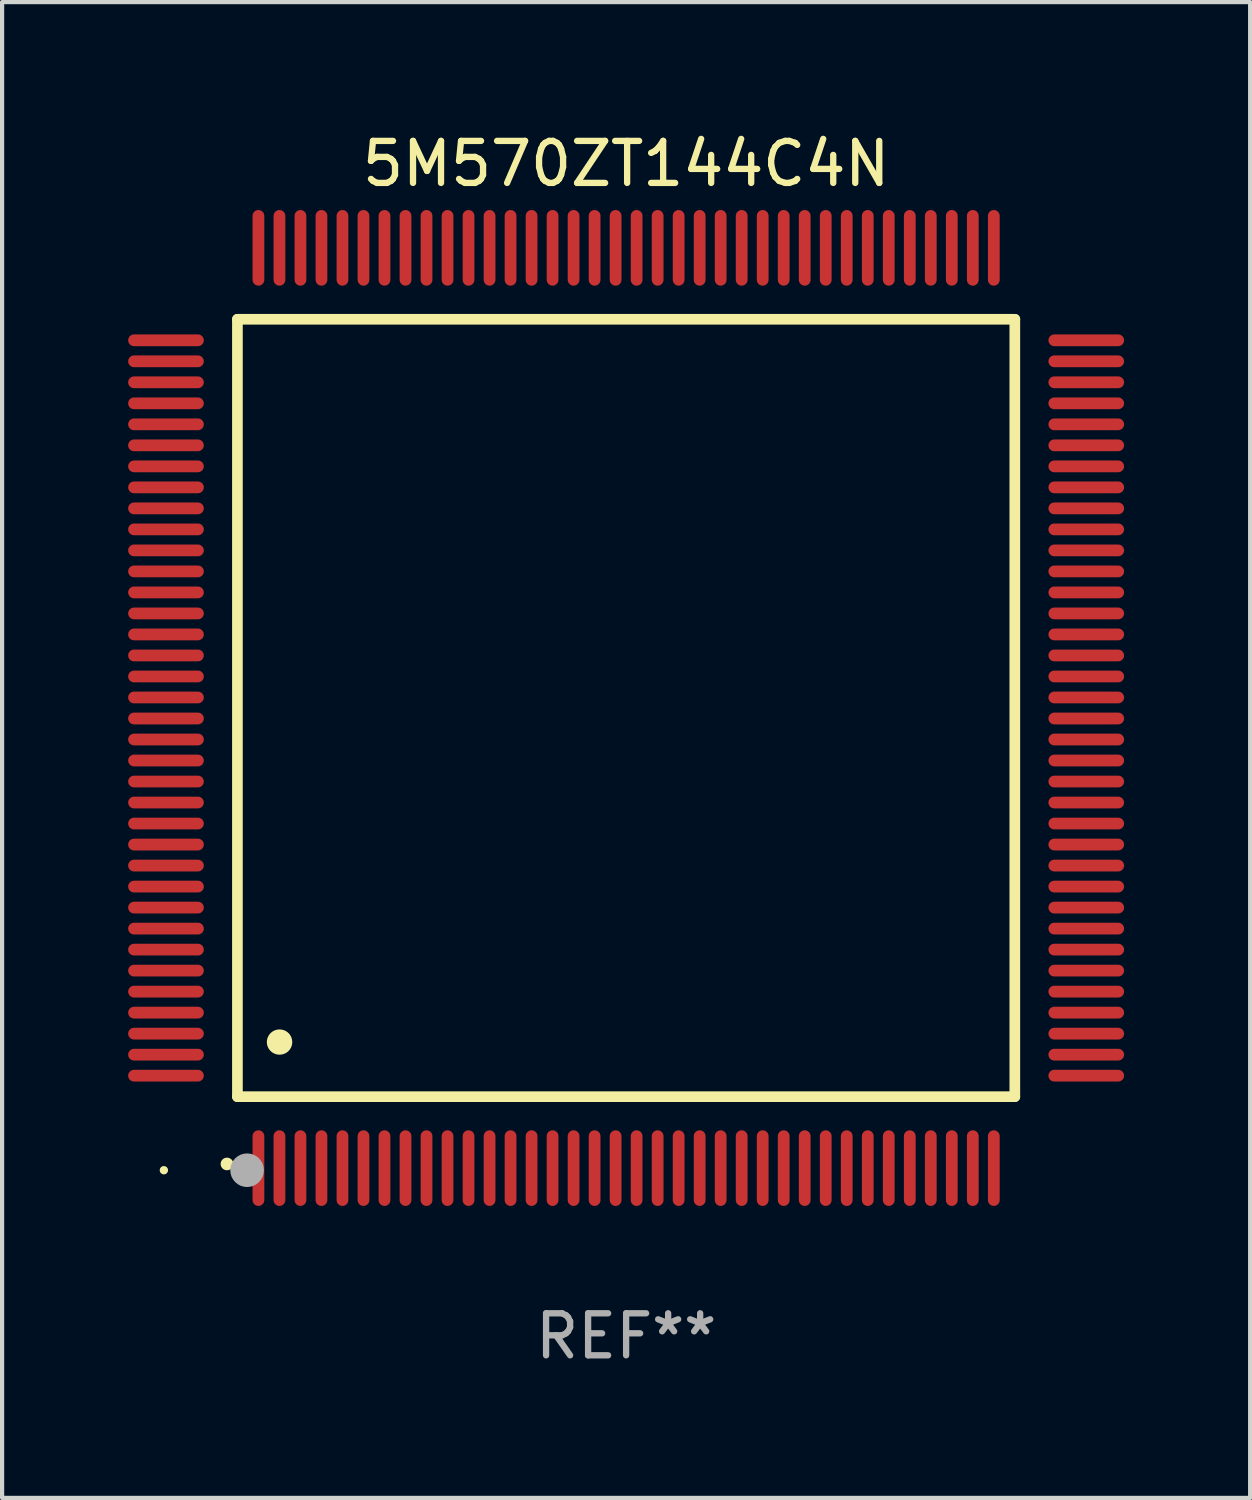
<source format=kicad_pcb>
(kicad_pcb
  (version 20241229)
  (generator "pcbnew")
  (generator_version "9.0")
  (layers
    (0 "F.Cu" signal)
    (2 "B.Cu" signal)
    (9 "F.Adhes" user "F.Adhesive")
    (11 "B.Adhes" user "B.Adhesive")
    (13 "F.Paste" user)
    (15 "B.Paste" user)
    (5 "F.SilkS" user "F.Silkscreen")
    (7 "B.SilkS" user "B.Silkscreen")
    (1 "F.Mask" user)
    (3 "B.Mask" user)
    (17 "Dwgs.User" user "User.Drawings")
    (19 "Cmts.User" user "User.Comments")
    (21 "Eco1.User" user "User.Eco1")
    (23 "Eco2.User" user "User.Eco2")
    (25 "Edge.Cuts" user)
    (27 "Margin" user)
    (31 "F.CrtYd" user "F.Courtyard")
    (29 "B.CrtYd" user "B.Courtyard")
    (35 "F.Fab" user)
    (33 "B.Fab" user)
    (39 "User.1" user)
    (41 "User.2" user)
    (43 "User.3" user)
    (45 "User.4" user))
  (footprint "5M570ZT144C4N"
    (layer "F.Cu")
    (at 11.85 13.798)
    (property "Reference" "5M570ZT144C4N" (at 0 -12.95 0) (layer "F.SilkS") (effects (font (size 1 1) (thickness 0.15))))
    (attr through_hole)
    (fp_line (start -9.25 -9.25) (end -9.25 9.25) (stroke (width 0.254) (type solid)) (layer "F.SilkS"))
    (fp_line (start -9.25 9.25) (end 9.25 9.25) (stroke (width 0.254) (type solid)) (layer "F.SilkS"))
    (fp_line (start 9.25 -9.25) (end -9.25 -9.25) (stroke (width 0.254) (type solid)) (layer "F.SilkS"))
    (fp_line (start 9.25 9.25) (end 9.25 -9.25) (stroke (width 0.254) (type solid)) (layer "F.SilkS"))
    (fp_arc (start -9.499619 10.850902) (mid -9.498349 10.850897) (end -9.497079 10.850902) (stroke (width 0.3) (type solid)) (layer "F.SilkS"))
    (fp_arc (start -8.249936 7.950216) (mid -8.247396 7.950205) (end -8.244856 7.950216) (stroke (width 0.6) (type solid)) (layer "F.SilkS"))
    (fp_circle (center -11 11) (end -10.95 11) (stroke (width 0.1) (type solid)) (fill no) (layer "F.SilkS"))
    (fp_circle (center -9.02 11) (end -8.82 11) (stroke (width 0.4) (type solid)) (fill no) (layer "F.Fab"))
    (fp_text user "REF**" (at 0 14.95 0) (layer "F.Fab") (effects (font (size 1 1) (thickness 0.15))))
    (pad "1" smd oval (at -8.75 10.95) (size 0.28 1.8) (layers "F.Cu" "F.Mask" "F.Paste"))
    (pad "2" smd oval (at -8.25 10.95) (size 0.28 1.8) (layers "F.Cu" "F.Mask" "F.Paste"))
    (pad "3" smd oval (at -7.75 10.95) (size 0.28 1.8) (layers "F.Cu" "F.Mask" "F.Paste"))
    (pad "4" smd oval (at -7.25 10.95) (size 0.28 1.8) (layers "F.Cu" "F.Mask" "F.Paste"))
    (pad "5" smd oval (at -6.75 10.95) (size 0.28 1.8) (layers "F.Cu" "F.Mask" "F.Paste"))
    (pad "6" smd oval (at -6.25 10.95) (size 0.28 1.8) (layers "F.Cu" "F.Mask" "F.Paste"))
    (pad "7" smd oval (at -5.75 10.95) (size 0.28 1.8) (layers "F.Cu" "F.Mask" "F.Paste"))
    (pad "8" smd oval (at -5.25 10.95) (size 0.28 1.8) (layers "F.Cu" "F.Mask" "F.Paste"))
    (pad "9" smd oval (at -4.75 10.95) (size 0.28 1.8) (layers "F.Cu" "F.Mask" "F.Paste"))
    (pad "10" smd oval (at -4.25 10.95) (size 0.28 1.8) (layers "F.Cu" "F.Mask" "F.Paste"))
    (pad "11" smd oval (at -3.75 10.95) (size 0.28 1.8) (layers "F.Cu" "F.Mask" "F.Paste"))
    (pad "12" smd oval (at -3.25 10.95) (size 0.28 1.8) (layers "F.Cu" "F.Mask" "F.Paste"))
    (pad "13" smd oval (at -2.75 10.95) (size 0.28 1.8) (layers "F.Cu" "F.Mask" "F.Paste"))
    (pad "14" smd oval (at -2.25 10.95) (size 0.28 1.8) (layers "F.Cu" "F.Mask" "F.Paste"))
    (pad "15" smd oval (at -1.75 10.95) (size 0.28 1.8) (layers "F.Cu" "F.Mask" "F.Paste"))
    (pad "16" smd oval (at -1.25 10.95) (size 0.28 1.8) (layers "F.Cu" "F.Mask" "F.Paste"))
    (pad "17" smd oval (at -0.75 10.95) (size 0.28 1.8) (layers "F.Cu" "F.Mask" "F.Paste"))
    (pad "18" smd oval (at -0.25 10.95) (size 0.28 1.8) (layers "F.Cu" "F.Mask" "F.Paste"))
    (pad "19" smd oval (at 0.25 10.95) (size 0.28 1.8) (layers "F.Cu" "F.Mask" "F.Paste"))
    (pad "20" smd oval (at 0.75 10.95) (size 0.28 1.8) (layers "F.Cu" "F.Mask" "F.Paste"))
    (pad "21" smd oval (at 1.25 10.95) (size 0.28 1.8) (layers "F.Cu" "F.Mask" "F.Paste"))
    (pad "22" smd oval (at 1.75 10.95) (size 0.28 1.8) (layers "F.Cu" "F.Mask" "F.Paste"))
    (pad "23" smd oval (at 2.25 10.95) (size 0.28 1.8) (layers "F.Cu" "F.Mask" "F.Paste"))
    (pad "24" smd oval (at 2.75 10.95) (size 0.28 1.8) (layers "F.Cu" "F.Mask" "F.Paste"))
    (pad "25" smd oval (at 3.25 10.95) (size 0.28 1.8) (layers "F.Cu" "F.Mask" "F.Paste"))
    (pad "26" smd oval (at 3.75 10.95) (size 0.28 1.8) (layers "F.Cu" "F.Mask" "F.Paste"))
    (pad "27" smd oval (at 4.25 10.95) (size 0.28 1.8) (layers "F.Cu" "F.Mask" "F.Paste"))
    (pad "28" smd oval (at 4.75 10.95) (size 0.28 1.8) (layers "F.Cu" "F.Mask" "F.Paste"))
    (pad "29" smd oval (at 5.25 10.95) (size 0.28 1.8) (layers "F.Cu" "F.Mask" "F.Paste"))
    (pad "30" smd oval (at 5.75 10.95) (size 0.28 1.8) (layers "F.Cu" "F.Mask" "F.Paste"))
    (pad "31" smd oval (at 6.25 10.95) (size 0.28 1.8) (layers "F.Cu" "F.Mask" "F.Paste"))
    (pad "32" smd oval (at 6.75 10.95) (size 0.28 1.8) (layers "F.Cu" "F.Mask" "F.Paste"))
    (pad "33" smd oval (at 7.25 10.95) (size 0.28 1.8) (layers "F.Cu" "F.Mask" "F.Paste"))
    (pad "34" smd oval (at 7.75 10.95) (size 0.28 1.8) (layers "F.Cu" "F.Mask" "F.Paste"))
    (pad "35" smd oval (at 8.25 10.95) (size 0.28 1.8) (layers "F.Cu" "F.Mask" "F.Paste"))
    (pad "36" smd oval (at 8.75 10.95) (size 0.28 1.8) (layers "F.Cu" "F.Mask" "F.Paste"))
    (pad "37" smd oval (at 10.95 8.75) (size 1.8 0.28) (layers "F.Cu" "F.Mask" "F.Paste"))
    (pad "38" smd oval (at 10.95 8.25) (size 1.8 0.28) (layers "F.Cu" "F.Mask" "F.Paste"))
    (pad "39" smd oval (at 10.95 7.75) (size 1.8 0.28) (layers "F.Cu" "F.Mask" "F.Paste"))
    (pad "40" smd oval (at 10.95 7.25) (size 1.8 0.28) (layers "F.Cu" "F.Mask" "F.Paste"))
    (pad "41" smd oval (at 10.95 6.75) (size 1.8 0.28) (layers "F.Cu" "F.Mask" "F.Paste"))
    (pad "42" smd oval (at 10.95 6.25) (size 1.8 0.28) (layers "F.Cu" "F.Mask" "F.Paste"))
    (pad "43" smd oval (at 10.95 5.75) (size 1.8 0.28) (layers "F.Cu" "F.Mask" "F.Paste"))
    (pad "44" smd oval (at 10.95 5.25) (size 1.8 0.28) (layers "F.Cu" "F.Mask" "F.Paste"))
    (pad "45" smd oval (at 10.95 4.75) (size 1.8 0.28) (layers "F.Cu" "F.Mask" "F.Paste"))
    (pad "46" smd oval (at 10.95 4.25) (size 1.8 0.28) (layers "F.Cu" "F.Mask" "F.Paste"))
    (pad "47" smd oval (at 10.95 3.75) (size 1.8 0.28) (layers "F.Cu" "F.Mask" "F.Paste"))
    (pad "48" smd oval (at 10.95 3.25) (size 1.8 0.28) (layers "F.Cu" "F.Mask" "F.Paste"))
    (pad "49" smd oval (at 10.95 2.75) (size 1.8 0.28) (layers "F.Cu" "F.Mask" "F.Paste"))
    (pad "50" smd oval (at 10.95 2.25) (size 1.8 0.28) (layers "F.Cu" "F.Mask" "F.Paste"))
    (pad "51" smd oval (at 10.95 1.75) (size 1.8 0.28) (layers "F.Cu" "F.Mask" "F.Paste"))
    (pad "52" smd oval (at 10.95 1.25) (size 1.8 0.28) (layers "F.Cu" "F.Mask" "F.Paste"))
    (pad "53" smd oval (at 10.95 0.75) (size 1.8 0.28) (layers "F.Cu" "F.Mask" "F.Paste"))
    (pad "54" smd oval (at 10.95 0.25) (size 1.8 0.28) (layers "F.Cu" "F.Mask" "F.Paste"))
    (pad "55" smd oval (at 10.95 -0.25) (size 1.8 0.28) (layers "F.Cu" "F.Mask" "F.Paste"))
    (pad "56" smd oval (at 10.95 -0.75) (size 1.8 0.28) (layers "F.Cu" "F.Mask" "F.Paste"))
    (pad "57" smd oval (at 10.95 -1.25) (size 1.8 0.28) (layers "F.Cu" "F.Mask" "F.Paste"))
    (pad "58" smd oval (at 10.95 -1.75) (size 1.8 0.28) (layers "F.Cu" "F.Mask" "F.Paste"))
    (pad "59" smd oval (at 10.95 -2.25) (size 1.8 0.28) (layers "F.Cu" "F.Mask" "F.Paste"))
    (pad "60" smd oval (at 10.95 -2.75) (size 1.8 0.28) (layers "F.Cu" "F.Mask" "F.Paste"))
    (pad "61" smd oval (at 10.95 -3.25) (size 1.8 0.28) (layers "F.Cu" "F.Mask" "F.Paste"))
    (pad "62" smd oval (at 10.95 -3.75) (size 1.8 0.28) (layers "F.Cu" "F.Mask" "F.Paste"))
    (pad "63" smd oval (at 10.95 -4.25) (size 1.8 0.28) (layers "F.Cu" "F.Mask" "F.Paste"))
    (pad "64" smd oval (at 10.95 -4.75) (size 1.8 0.28) (layers "F.Cu" "F.Mask" "F.Paste"))
    (pad "65" smd oval (at 10.95 -5.25) (size 1.8 0.28) (layers "F.Cu" "F.Mask" "F.Paste"))
    (pad "66" smd oval (at 10.95 -5.75) (size 1.8 0.28) (layers "F.Cu" "F.Mask" "F.Paste"))
    (pad "67" smd oval (at 10.95 -6.25) (size 1.8 0.28) (layers "F.Cu" "F.Mask" "F.Paste"))
    (pad "68" smd oval (at 10.95 -6.75) (size 1.8 0.28) (layers "F.Cu" "F.Mask" "F.Paste"))
    (pad "69" smd oval (at 10.95 -7.25) (size 1.8 0.28) (layers "F.Cu" "F.Mask" "F.Paste"))
    (pad "70" smd oval (at 10.95 -7.75) (size 1.8 0.28) (layers "F.Cu" "F.Mask" "F.Paste"))
    (pad "71" smd oval (at 10.95 -8.25) (size 1.8 0.28) (layers "F.Cu" "F.Mask" "F.Paste"))
    (pad "72" smd oval (at 10.95 -8.75) (size 1.8 0.28) (layers "F.Cu" "F.Mask" "F.Paste"))
    (pad "73" smd oval (at 8.75 -10.95) (size 0.28 1.8) (layers "F.Cu" "F.Mask" "F.Paste"))
    (pad "74" smd oval (at 8.25 -10.95) (size 0.28 1.8) (layers "F.Cu" "F.Mask" "F.Paste"))
    (pad "75" smd oval (at 7.75 -10.95) (size 0.28 1.8) (layers "F.Cu" "F.Mask" "F.Paste"))
    (pad "76" smd oval (at 7.25 -10.95) (size 0.28 1.8) (layers "F.Cu" "F.Mask" "F.Paste"))
    (pad "77" smd oval (at 6.75 -10.95) (size 0.28 1.8) (layers "F.Cu" "F.Mask" "F.Paste"))
    (pad "78" smd oval (at 6.25 -10.95) (size 0.28 1.8) (layers "F.Cu" "F.Mask" "F.Paste"))
    (pad "79" smd oval (at 5.75 -10.95) (size 0.28 1.8) (layers "F.Cu" "F.Mask" "F.Paste"))
    (pad "80" smd oval (at 5.25 -10.95) (size 0.28 1.8) (layers "F.Cu" "F.Mask" "F.Paste"))
    (pad "81" smd oval (at 4.75 -10.95) (size 0.28 1.8) (layers "F.Cu" "F.Mask" "F.Paste"))
    (pad "82" smd oval (at 4.25 -10.95) (size 0.28 1.8) (layers "F.Cu" "F.Mask" "F.Paste"))
    (pad "83" smd oval (at 3.75 -10.95) (size 0.28 1.8) (layers "F.Cu" "F.Mask" "F.Paste"))
    (pad "84" smd oval (at 3.25 -10.95) (size 0.28 1.8) (layers "F.Cu" "F.Mask" "F.Paste"))
    (pad "85" smd oval (at 2.75 -10.95) (size 0.28 1.8) (layers "F.Cu" "F.Mask" "F.Paste"))
    (pad "86" smd oval (at 2.25 -10.95) (size 0.28 1.8) (layers "F.Cu" "F.Mask" "F.Paste"))
    (pad "87" smd oval (at 1.75 -10.95) (size 0.28 1.8) (layers "F.Cu" "F.Mask" "F.Paste"))
    (pad "88" smd oval (at 1.25 -10.95) (size 0.28 1.8) (layers "F.Cu" "F.Mask" "F.Paste"))
    (pad "89" smd oval (at 0.75 -10.95) (size 0.28 1.8) (layers "F.Cu" "F.Mask" "F.Paste"))
    (pad "90" smd oval (at 0.25 -10.95) (size 0.28 1.8) (layers "F.Cu" "F.Mask" "F.Paste"))
    (pad "91" smd oval (at -0.25 -10.95) (size 0.28 1.8) (layers "F.Cu" "F.Mask" "F.Paste"))
    (pad "92" smd oval (at -0.75 -10.95) (size 0.28 1.8) (layers "F.Cu" "F.Mask" "F.Paste"))
    (pad "93" smd oval (at -1.25 -10.95) (size 0.28 1.8) (layers "F.Cu" "F.Mask" "F.Paste"))
    (pad "94" smd oval (at -1.75 -10.95) (size 0.28 1.8) (layers "F.Cu" "F.Mask" "F.Paste"))
    (pad "95" smd oval (at -2.25 -10.95) (size 0.28 1.8) (layers "F.Cu" "F.Mask" "F.Paste"))
    (pad "96" smd oval (at -2.75 -10.95) (size 0.28 1.8) (layers "F.Cu" "F.Mask" "F.Paste"))
    (pad "97" smd oval (at -3.25 -10.95) (size 0.28 1.8) (layers "F.Cu" "F.Mask" "F.Paste"))
    (pad "98" smd oval (at -3.75 -10.95) (size 0.28 1.8) (layers "F.Cu" "F.Mask" "F.Paste"))
    (pad "99" smd oval (at -4.25 -10.95) (size 0.28 1.8) (layers "F.Cu" "F.Mask" "F.Paste"))
    (pad "100" smd oval (at -4.75 -10.95) (size 0.28 1.8) (layers "F.Cu" "F.Mask" "F.Paste"))
    (pad "101" smd oval (at -5.25 -10.95) (size 0.28 1.8) (layers "F.Cu" "F.Mask" "F.Paste"))
    (pad "102" smd oval (at -5.75 -10.95) (size 0.28 1.8) (layers "F.Cu" "F.Mask" "F.Paste"))
    (pad "103" smd oval (at -6.25 -10.95) (size 0.28 1.8) (layers "F.Cu" "F.Mask" "F.Paste"))
    (pad "104" smd oval (at -6.75 -10.95) (size 0.28 1.8) (layers "F.Cu" "F.Mask" "F.Paste"))
    (pad "105" smd oval (at -7.25 -10.95) (size 0.28 1.8) (layers "F.Cu" "F.Mask" "F.Paste"))
    (pad "106" smd oval (at -7.75 -10.95) (size 0.28 1.8) (layers "F.Cu" "F.Mask" "F.Paste"))
    (pad "107" smd oval (at -8.25 -10.95) (size 0.28 1.8) (layers "F.Cu" "F.Mask" "F.Paste"))
    (pad "108" smd oval (at -8.75 -10.95) (size 0.28 1.8) (layers "F.Cu" "F.Mask" "F.Paste"))
    (pad "109" smd oval (at -10.95 -8.75) (size 1.8 0.28) (layers "F.Cu" "F.Mask" "F.Paste"))
    (pad "110" smd oval (at -10.95 -8.25) (size 1.8 0.28) (layers "F.Cu" "F.Mask" "F.Paste"))
    (pad "111" smd oval (at -10.95 -7.75) (size 1.8 0.28) (layers "F.Cu" "F.Mask" "F.Paste"))
    (pad "112" smd oval (at -10.95 -7.25) (size 1.8 0.28) (layers "F.Cu" "F.Mask" "F.Paste"))
    (pad "113" smd oval (at -10.95 -6.75) (size 1.8 0.28) (layers "F.Cu" "F.Mask" "F.Paste"))
    (pad "114" smd oval (at -10.95 -6.25) (size 1.8 0.28) (layers "F.Cu" "F.Mask" "F.Paste"))
    (pad "115" smd oval (at -10.95 -5.75) (size 1.8 0.28) (layers "F.Cu" "F.Mask" "F.Paste"))
    (pad "116" smd oval (at -10.95 -5.25) (size 1.8 0.28) (layers "F.Cu" "F.Mask" "F.Paste"))
    (pad "117" smd oval (at -10.95 -4.75) (size 1.8 0.28) (layers "F.Cu" "F.Mask" "F.Paste"))
    (pad "118" smd oval (at -10.95 -4.25) (size 1.8 0.28) (layers "F.Cu" "F.Mask" "F.Paste"))
    (pad "119" smd oval (at -10.95 -3.75) (size 1.8 0.28) (layers "F.Cu" "F.Mask" "F.Paste"))
    (pad "120" smd oval (at -10.95 -3.25) (size 1.8 0.28) (layers "F.Cu" "F.Mask" "F.Paste"))
    (pad "121" smd oval (at -10.95 -2.75) (size 1.8 0.28) (layers "F.Cu" "F.Mask" "F.Paste"))
    (pad "122" smd oval (at -10.95 -2.25) (size 1.8 0.28) (layers "F.Cu" "F.Mask" "F.Paste"))
    (pad "123" smd oval (at -10.95 -1.75) (size 1.8 0.28) (layers "F.Cu" "F.Mask" "F.Paste"))
    (pad "124" smd oval (at -10.95 -1.25) (size 1.8 0.28) (layers "F.Cu" "F.Mask" "F.Paste"))
    (pad "125" smd oval (at -10.95 -0.75) (size 1.8 0.28) (layers "F.Cu" "F.Mask" "F.Paste"))
    (pad "126" smd oval (at -10.95 -0.25) (size 1.8 0.28) (layers "F.Cu" "F.Mask" "F.Paste"))
    (pad "127" smd oval (at -10.95 0.25) (size 1.8 0.28) (layers "F.Cu" "F.Mask" "F.Paste"))
    (pad "128" smd oval (at -10.95 0.75) (size 1.8 0.28) (layers "F.Cu" "F.Mask" "F.Paste"))
    (pad "129" smd oval (at -10.95 1.25) (size 1.8 0.28) (layers "F.Cu" "F.Mask" "F.Paste"))
    (pad "130" smd oval (at -10.95 1.75) (size 1.8 0.28) (layers "F.Cu" "F.Mask" "F.Paste"))
    (pad "131" smd oval (at -10.95 2.25) (size 1.8 0.28) (layers "F.Cu" "F.Mask" "F.Paste"))
    (pad "132" smd oval (at -10.95 2.75) (size 1.8 0.28) (layers "F.Cu" "F.Mask" "F.Paste"))
    (pad "133" smd oval (at -10.95 3.25) (size 1.8 0.28) (layers "F.Cu" "F.Mask" "F.Paste"))
    (pad "134" smd oval (at -10.95 3.75) (size 1.8 0.28) (layers "F.Cu" "F.Mask" "F.Paste"))
    (pad "135" smd oval (at -10.95 4.25) (size 1.8 0.28) (layers "F.Cu" "F.Mask" "F.Paste"))
    (pad "136" smd oval (at -10.95 4.75) (size 1.8 0.28) (layers "F.Cu" "F.Mask" "F.Paste"))
    (pad "137" smd oval (at -10.95 5.25) (size 1.8 0.28) (layers "F.Cu" "F.Mask" "F.Paste"))
    (pad "138" smd oval (at -10.95 5.75) (size 1.8 0.28) (layers "F.Cu" "F.Mask" "F.Paste"))
    (pad "139" smd oval (at -10.95 6.25) (size 1.8 0.28) (layers "F.Cu" "F.Mask" "F.Paste"))
    (pad "140" smd oval (at -10.95 6.75) (size 1.8 0.28) (layers "F.Cu" "F.Mask" "F.Paste"))
    (pad "141" smd oval (at -10.95 7.25) (size 1.8 0.28) (layers "F.Cu" "F.Mask" "F.Paste"))
    (pad "142" smd oval (at -10.95 7.75) (size 1.8 0.28) (layers "F.Cu" "F.Mask" "F.Paste"))
    (pad "143" smd oval (at -10.95 8.25) (size 1.8 0.28) (layers "F.Cu" "F.Mask" "F.Paste"))
    (pad "144" smd oval (at -10.95 8.75) (size 1.8 0.28) (layers "F.Cu" "F.Mask" "F.Paste")))
  (gr_rect
    (start -3 -3)
    (end 26.7 32.596)
    (stroke (width 0.1) (type default))
    (fill no)
    (layer "Edge.Cuts")))
</source>
